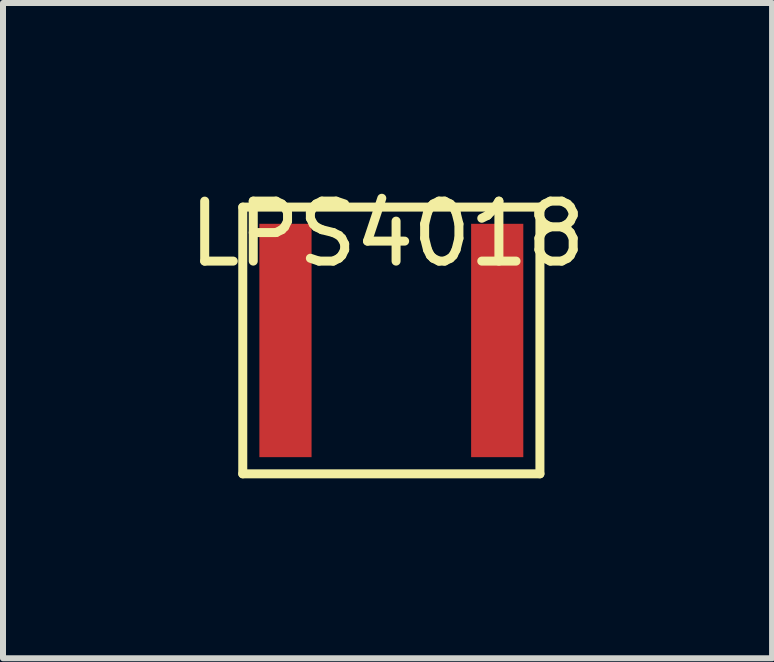
<source format=kicad_pcb>
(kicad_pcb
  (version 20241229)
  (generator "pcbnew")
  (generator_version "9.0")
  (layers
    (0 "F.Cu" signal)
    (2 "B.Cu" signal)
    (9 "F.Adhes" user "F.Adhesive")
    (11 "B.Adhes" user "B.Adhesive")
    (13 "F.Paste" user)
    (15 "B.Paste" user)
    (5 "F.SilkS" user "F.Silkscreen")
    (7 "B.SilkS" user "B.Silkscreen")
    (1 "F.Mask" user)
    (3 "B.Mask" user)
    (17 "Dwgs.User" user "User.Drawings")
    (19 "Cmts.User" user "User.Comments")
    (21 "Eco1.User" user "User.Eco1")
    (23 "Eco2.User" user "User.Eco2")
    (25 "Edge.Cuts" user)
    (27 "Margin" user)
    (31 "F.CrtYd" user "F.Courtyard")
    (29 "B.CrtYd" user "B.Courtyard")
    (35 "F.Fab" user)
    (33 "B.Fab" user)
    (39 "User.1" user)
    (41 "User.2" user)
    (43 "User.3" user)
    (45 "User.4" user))
  (footprint "LPS4018"
    (layer "F.Cu")
    (at 3.474 2.626)
    (property "Reference" "LPS4018" (at -0.064 -1.778 0) (layer "F.SilkS") (effects (font (size 1 1) (thickness 0.15))))
    (attr through_hole)
    (fp_line (start -2.477 -2.223) (end 2.477 -2.223) (stroke (width 0.15) (type solid)) (layer "F.SilkS"))
    (fp_line (start -2.477 2.223) (end -2.477 -2.223) (stroke (width 0.15) (type solid)) (layer "F.SilkS"))
    (fp_line (start 2.477 -2.223) (end 2.477 2.223) (stroke (width 0.15) (type solid)) (layer "F.SilkS"))
    (fp_line (start 2.477 2.223) (end -2.477 2.223) (stroke (width 0.15) (type solid)) (layer "F.SilkS"))
    (pad "1" smd rect (at 1.765 0) (size 0.87 3.89) (layers "F.Cu" "F.Mask" "F.Paste"))
    (pad "2" smd rect (at -1.765 0) (size 0.87 3.89) (layers "F.Cu" "F.Mask" "F.Paste")))
  (gr_rect
    (start -3 -3)
    (end 9.821 7.924)
    (stroke (width 0.1) (type default))
    (fill no)
    (layer "Edge.Cuts")))
</source>
